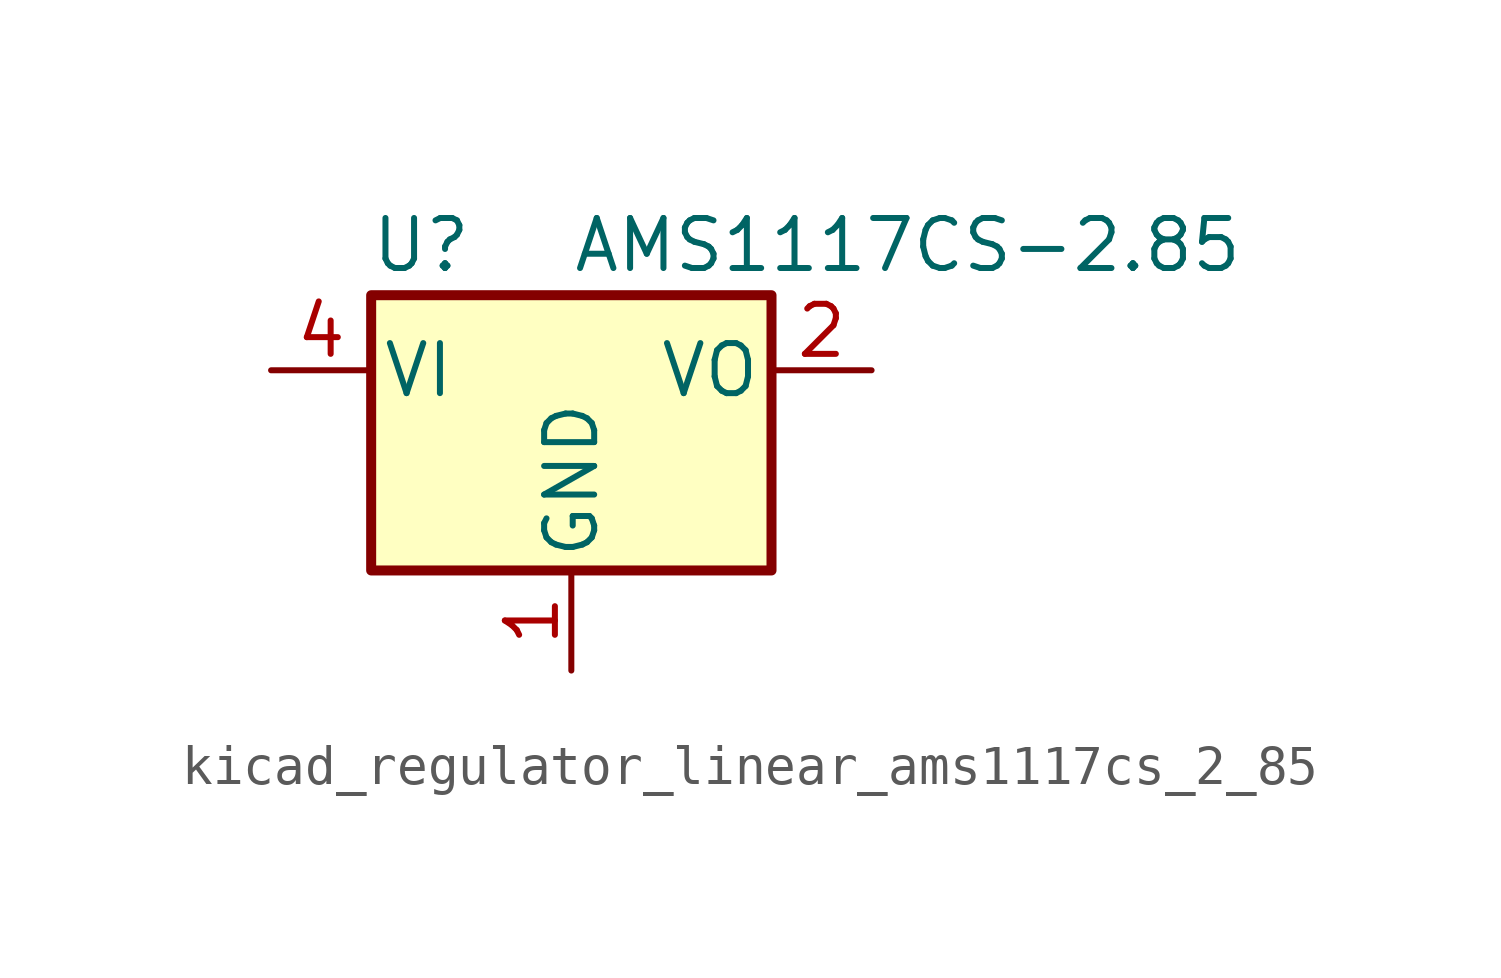
<source format=kicad_sym>
(kicad_symbol_lib
  (version 20220914)
  (generator kicad_symbol_editor)
  (symbol "kicad_regulator_linear_ams1117cs_2_85"
    (pin_names
      (offset 0.254))
    (property "Reference" "U"
      (at -3.81 3.175 0)
      (effects (font (size 1.27 1.27))))
    (property "Value" "AMS1117CS-2.85"
      (at 0 3.175 0)
      (effects (font (size 1.27 1.27)) (justify left)))
    (symbol "kicad_regulator_linear_ams1117cs_2_85_0_1"
      (rectangle (start -5.08 -5.08) (end 5.08 1.905) (stroke (width 0.254) (type default)) (fill (type background))))
    (symbol "kicad_regulator_linear_ams1117cs_2_85_1_1"
      (pin power_in line (at 0 -7.62 90) (length 2.54) (name "GND" (effects (font (size 1.27 1.27)))) (number "1" (effects (font (size 1.27 1.27)))))
      (pin power_out line (at 7.62 0 180) (length 2.54) (name "VO" (effects (font (size 1.27 1.27)))) (number "2" (effects (font (size 1.27 1.27)))))
      (pin passive line (at 7.62 0 180) (length 2.54) hide (name "VO" (effects (font (size 1.27 1.27)))) (number "3" (effects (font (size 1.27 1.27)))))
      (pin power_in line (at -7.62 0 0) (length 2.54) (name "VI" (effects (font (size 1.27 1.27)))) (number "4" (effects (font (size 1.27 1.27)))))
      (pin no_connect line (at -2.54 -2.54 180) (length 2.54) hide (name "NC" (effects (font (size 1.27 1.27)))) (number "5" (effects (font (size 1.27 1.27)))))
      (pin passive line (at 7.62 0 180) (length 2.54) hide (name "VO" (effects (font (size 1.27 1.27)))) (number "6" (effects (font (size 1.27 1.27)))))
      (pin passive line (at 7.62 0 180) (length 2.54) hide (name "VO" (effects (font (size 1.27 1.27)))) (number "7" (effects (font (size 1.27 1.27)))))
      (pin no_connect line (at 2.54 -2.54 0) (length 2.54) hide (name "NC" (effects (font (size 1.27 1.27)))) (number "8" (effects (font (size 1.27 1.27))))))))
</source>
